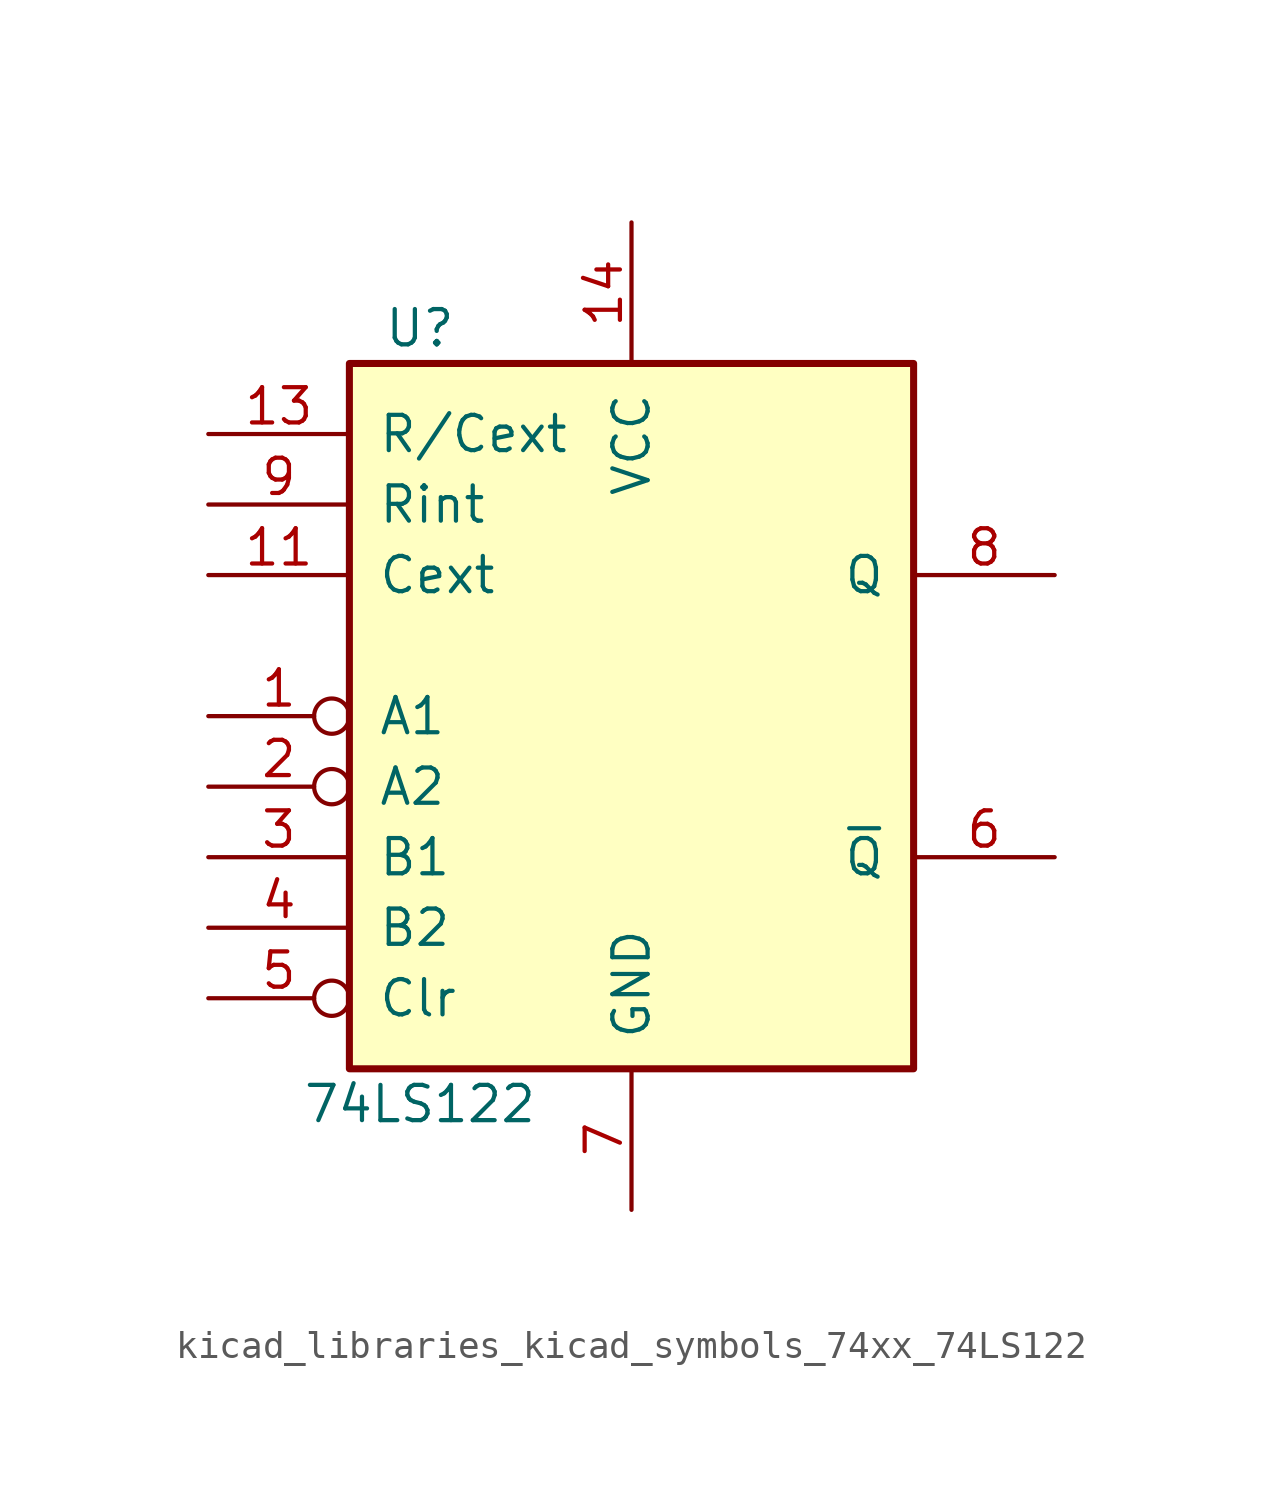
<source format=kicad_sym>
(kicad_symbol_lib
  (version 20220914)
  (generator kicad_symbol_editor)
  (symbol "kicad_libraries_kicad_symbols_74xx_74LS122"
    (pin_names
      (offset 1.016))
    (property "Reference" "U"
      (at -7.62 13.97 0)
      (effects (font (size 1.27 1.27))))
    (property "Value" "74LS122"
      (at -7.62 -13.97 0)
      (effects (font (size 1.27 1.27))))
    (property "ki_locked" ""
      (at 0 0 0)
      (effects (font (size 1.27 1.27))))
    (symbol "kicad_libraries_kicad_symbols_74xx_74LS122_1_0"
      (pin input inverted (at -15.24 0 0) (length 5.08) (name "A1" (effects (font (size 1.27 1.27)))) (number "1" (effects (font (size 1.27 1.27)))))
      (pin input line (at -15.24 5.08 0) (length 5.08) (name "Cext" (effects (font (size 1.27 1.27)))) (number "11" (effects (font (size 1.27 1.27)))))
      (pin input line (at -15.24 10.16 0) (length 5.08) (name "R/Cext" (effects (font (size 1.27 1.27)))) (number "13" (effects (font (size 1.27 1.27)))))
      (pin power_in line (at 0 17.78 270) (length 5.08) (name "VCC" (effects (font (size 1.27 1.27)))) (number "14" (effects (font (size 1.27 1.27)))))
      (pin input inverted (at -15.24 -2.54 0) (length 5.08) (name "A2" (effects (font (size 1.27 1.27)))) (number "2" (effects (font (size 1.27 1.27)))))
      (pin input line (at -15.24 -5.08 0) (length 5.08) (name "B1" (effects (font (size 1.27 1.27)))) (number "3" (effects (font (size 1.27 1.27)))))
      (pin input line (at -15.24 -7.62 0) (length 5.08) (name "B2" (effects (font (size 1.27 1.27)))) (number "4" (effects (font (size 1.27 1.27)))))
      (pin input inverted (at -15.24 -10.16 0) (length 5.08) (name "Clr" (effects (font (size 1.27 1.27)))) (number "5" (effects (font (size 1.27 1.27)))))
      (pin output line (at 15.24 -5.08 180) (length 5.08) (name "~{Q}" (effects (font (size 1.27 1.27)))) (number "6" (effects (font (size 1.27 1.27)))))
      (pin power_in line (at 0 -17.78 90) (length 5.08) (name "GND" (effects (font (size 1.27 1.27)))) (number "7" (effects (font (size 1.27 1.27)))))
      (pin output line (at 15.24 5.08 180) (length 5.08) (name "Q" (effects (font (size 1.27 1.27)))) (number "8" (effects (font (size 1.27 1.27)))))
      (pin input line (at -15.24 7.62 0) (length 5.08) (name "Rint" (effects (font (size 1.27 1.27)))) (number "9" (effects (font (size 1.27 1.27))))))
    (symbol "kicad_libraries_kicad_symbols_74xx_74LS122_1_1"
      (rectangle (start -10.16 12.7) (end 10.16 -12.7) (stroke (width 0.254) (type default)) (fill (type background))))))
</source>
